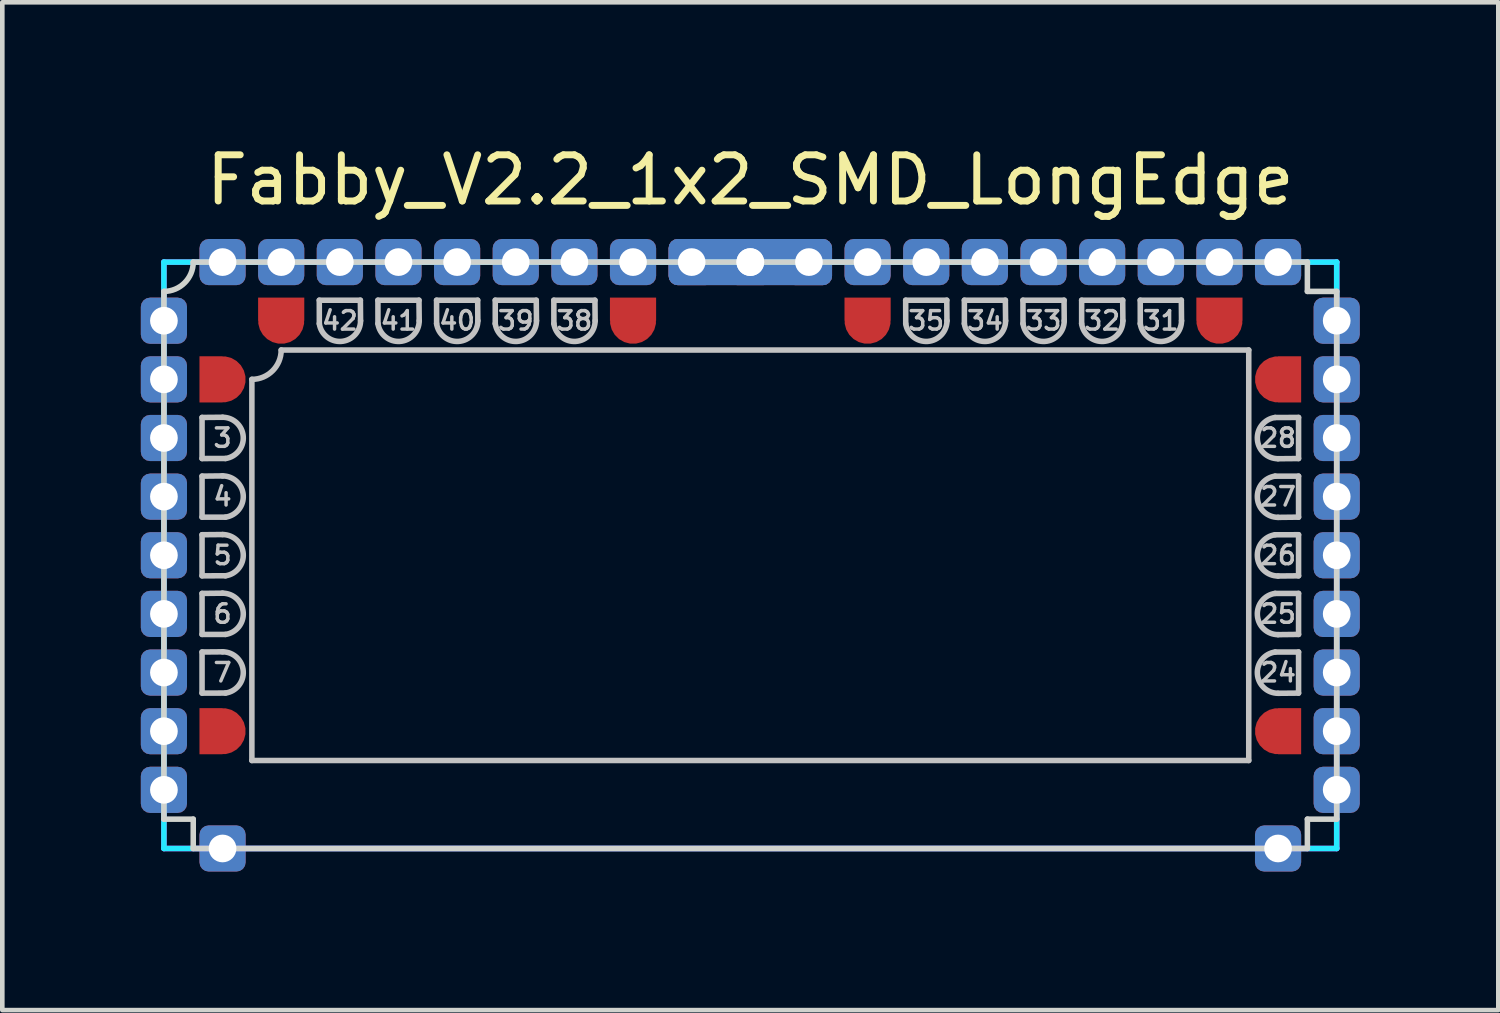
<source format=kicad_pcb>
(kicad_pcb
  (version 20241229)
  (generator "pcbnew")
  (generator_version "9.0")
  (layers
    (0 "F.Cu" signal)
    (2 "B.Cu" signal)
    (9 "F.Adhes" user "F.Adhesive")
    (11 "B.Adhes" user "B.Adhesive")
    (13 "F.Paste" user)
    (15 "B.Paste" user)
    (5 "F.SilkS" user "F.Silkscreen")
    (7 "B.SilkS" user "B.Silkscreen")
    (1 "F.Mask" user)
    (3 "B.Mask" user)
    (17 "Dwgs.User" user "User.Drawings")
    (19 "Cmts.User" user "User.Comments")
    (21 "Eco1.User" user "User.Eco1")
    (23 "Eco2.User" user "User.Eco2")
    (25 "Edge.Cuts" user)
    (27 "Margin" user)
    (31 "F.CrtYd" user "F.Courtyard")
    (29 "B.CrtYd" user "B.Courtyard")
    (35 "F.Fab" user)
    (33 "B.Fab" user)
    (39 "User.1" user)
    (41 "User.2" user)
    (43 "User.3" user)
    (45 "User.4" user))
  (footprint "Fabby_V2.2_1x2_SMD_LongEdge"
    (layer "F.Cu")
    (at 13.2 8.976)
    (property "Reference" "Fabby_V2.2_1x2_SMD_LongEdge" (at 0 -8.128 0) (layer "F.SilkS") (effects (font (size 1 1) (thickness 0.15))))
    (attr through_hole)
    (fp_line (start -11.874 -2.985) (end -11.874 -2.095) (stroke (width 0.12) (type solid)) (layer "Dwgs.User"))
    (fp_line (start -11.874 -2.095) (end -11.367 -2.096) (stroke (width 0.12) (type solid)) (layer "Dwgs.User"))
    (fp_line (start -11.874 -1.714) (end -11.874 -0.826) (stroke (width 0.12) (type solid)) (layer "Dwgs.User"))
    (fp_line (start -11.874 -0.826) (end -11.367 -0.826) (stroke (width 0.12) (type solid)) (layer "Dwgs.User"))
    (fp_line (start -11.874 -0.445) (end -11.874 0.445) (stroke (width 0.12) (type solid)) (layer "Dwgs.User"))
    (fp_line (start -11.874 0.445) (end -11.367 0.444) (stroke (width 0.12) (type solid)) (layer "Dwgs.User"))
    (fp_line (start -11.874 0.826) (end -11.874 1.714) (stroke (width 0.12) (type solid)) (layer "Dwgs.User"))
    (fp_line (start -11.874 1.714) (end -11.367 1.714) (stroke (width 0.12) (type solid)) (layer "Dwgs.User"))
    (fp_line (start -11.874 2.095) (end -11.874 2.985) (stroke (width 0.12) (type solid)) (layer "Dwgs.User"))
    (fp_line (start -11.874 2.985) (end -11.367 2.984) (stroke (width 0.12) (type solid)) (layer "Dwgs.User"))
    (fp_line (start -11.43 -2.989) (end -11.874 -2.985) (stroke (width 0.12) (type solid)) (layer "Dwgs.User"))
    (fp_line (start -11.43 -1.719) (end -11.874 -1.714) (stroke (width 0.12) (type solid)) (layer "Dwgs.User"))
    (fp_line (start -11.43 -0.449) (end -11.874 -0.445) (stroke (width 0.12) (type solid)) (layer "Dwgs.User"))
    (fp_line (start -11.43 0.821) (end -11.874 0.826) (stroke (width 0.12) (type solid)) (layer "Dwgs.User"))
    (fp_line (start -11.43 2.091) (end -11.874 2.095) (stroke (width 0.12) (type solid)) (layer "Dwgs.User"))
    (fp_line (start -10.795 4.445) (end -10.795 -3.81) (stroke (width 0.12) (type solid)) (layer "Dwgs.User"))
    (fp_line (start -10.16 -4.445) (end 10.795 -4.445) (stroke (width 0.12) (type solid)) (layer "Dwgs.User"))
    (fp_line (start -9.335 -5.524) (end -9.334 -5.017) (stroke (width 0.12) (type solid)) (layer "Dwgs.User"))
    (fp_line (start -8.445 -5.524) (end -9.335 -5.524) (stroke (width 0.12) (type solid)) (layer "Dwgs.User"))
    (fp_line (start -8.441 -5.08) (end -8.445 -5.524) (stroke (width 0.12) (type solid)) (layer "Dwgs.User"))
    (fp_line (start -8.065 -5.524) (end -8.064 -5.017) (stroke (width 0.12) (type solid)) (layer "Dwgs.User"))
    (fp_line (start -7.176 -5.524) (end -8.065 -5.524) (stroke (width 0.12) (type solid)) (layer "Dwgs.User"))
    (fp_line (start -7.171 -5.08) (end -7.176 -5.524) (stroke (width 0.12) (type solid)) (layer "Dwgs.User"))
    (fp_line (start -6.795 -5.524) (end -6.794 -5.017) (stroke (width 0.12) (type solid)) (layer "Dwgs.User"))
    (fp_line (start -5.905 -5.524) (end -6.795 -5.524) (stroke (width 0.12) (type solid)) (layer "Dwgs.User"))
    (fp_line (start -5.901 -5.08) (end -5.905 -5.524) (stroke (width 0.12) (type solid)) (layer "Dwgs.User"))
    (fp_line (start -5.524 -5.524) (end -5.524 -5.017) (stroke (width 0.12) (type solid)) (layer "Dwgs.User"))
    (fp_line (start -4.636 -5.524) (end -5.524 -5.524) (stroke (width 0.12) (type solid)) (layer "Dwgs.User"))
    (fp_line (start -4.631 -5.08) (end -4.636 -5.524) (stroke (width 0.12) (type solid)) (layer "Dwgs.User"))
    (fp_line (start -4.255 -5.524) (end -4.254 -5.017) (stroke (width 0.12) (type solid)) (layer "Dwgs.User"))
    (fp_line (start -3.365 -5.524) (end -4.255 -5.524) (stroke (width 0.12) (type solid)) (layer "Dwgs.User"))
    (fp_line (start -3.361 -5.08) (end -3.365 -5.524) (stroke (width 0.12) (type solid)) (layer "Dwgs.User"))
    (fp_line (start 3.365 -5.524) (end 3.366 -5.017) (stroke (width 0.12) (type solid)) (layer "Dwgs.User"))
    (fp_line (start 4.255 -5.524) (end 3.365 -5.524) (stroke (width 0.12) (type solid)) (layer "Dwgs.User"))
    (fp_line (start 4.259 -5.08) (end 4.255 -5.524) (stroke (width 0.12) (type solid)) (layer "Dwgs.User"))
    (fp_line (start 4.636 -5.524) (end 4.636 -5.017) (stroke (width 0.12) (type solid)) (layer "Dwgs.User"))
    (fp_line (start 5.524 -5.524) (end 4.636 -5.524) (stroke (width 0.12) (type solid)) (layer "Dwgs.User"))
    (fp_line (start 5.529 -5.08) (end 5.524 -5.524) (stroke (width 0.12) (type solid)) (layer "Dwgs.User"))
    (fp_line (start 5.905 -5.524) (end 5.906 -5.017) (stroke (width 0.12) (type solid)) (layer "Dwgs.User"))
    (fp_line (start 6.795 -5.524) (end 5.905 -5.524) (stroke (width 0.12) (type solid)) (layer "Dwgs.User"))
    (fp_line (start 6.799 -5.08) (end 6.795 -5.524) (stroke (width 0.12) (type solid)) (layer "Dwgs.User"))
    (fp_line (start 7.176 -5.524) (end 7.176 -5.017) (stroke (width 0.12) (type solid)) (layer "Dwgs.User"))
    (fp_line (start 8.065 -5.524) (end 7.176 -5.524) (stroke (width 0.12) (type solid)) (layer "Dwgs.User"))
    (fp_line (start 8.069 -5.08) (end 8.065 -5.524) (stroke (width 0.12) (type solid)) (layer "Dwgs.User"))
    (fp_line (start 8.445 -5.524) (end 8.446 -5.017) (stroke (width 0.12) (type solid)) (layer "Dwgs.User"))
    (fp_line (start 9.335 -5.524) (end 8.445 -5.524) (stroke (width 0.12) (type solid)) (layer "Dwgs.User"))
    (fp_line (start 9.339 -5.08) (end 9.335 -5.524) (stroke (width 0.12) (type solid)) (layer "Dwgs.User"))
    (fp_line (start 10.795 -4.445) (end 10.795 4.445) (stroke (width 0.12) (type solid)) (layer "Dwgs.User"))
    (fp_line (start 10.795 4.445) (end -10.795 4.445) (stroke (width 0.12) (type solid)) (layer "Dwgs.User"))
    (fp_line (start 11.43 -2.091) (end 11.874 -2.095) (stroke (width 0.12) (type solid)) (layer "Dwgs.User"))
    (fp_line (start 11.43 -0.821) (end 11.874 -0.826) (stroke (width 0.12) (type solid)) (layer "Dwgs.User"))
    (fp_line (start 11.43 0.449) (end 11.874 0.445) (stroke (width 0.12) (type solid)) (layer "Dwgs.User"))
    (fp_line (start 11.43 1.719) (end 11.874 1.714) (stroke (width 0.12) (type solid)) (layer "Dwgs.User"))
    (fp_line (start 11.43 2.989) (end 11.874 2.985) (stroke (width 0.12) (type solid)) (layer "Dwgs.User"))
    (fp_line (start 11.874 -2.985) (end 11.367 -2.984) (stroke (width 0.12) (type solid)) (layer "Dwgs.User"))
    (fp_line (start 11.874 -2.095) (end 11.874 -2.985) (stroke (width 0.12) (type solid)) (layer "Dwgs.User"))
    (fp_line (start 11.874 -1.714) (end 11.367 -1.714) (stroke (width 0.12) (type solid)) (layer "Dwgs.User"))
    (fp_line (start 11.874 -0.826) (end 11.874 -1.714) (stroke (width 0.12) (type solid)) (layer "Dwgs.User"))
    (fp_line (start 11.874 -0.445) (end 11.367 -0.444) (stroke (width 0.12) (type solid)) (layer "Dwgs.User"))
    (fp_line (start 11.874 0.445) (end 11.874 -0.445) (stroke (width 0.12) (type solid)) (layer "Dwgs.User"))
    (fp_line (start 11.874 0.826) (end 11.367 0.826) (stroke (width 0.12) (type solid)) (layer "Dwgs.User"))
    (fp_line (start 11.874 1.714) (end 11.874 0.826) (stroke (width 0.12) (type solid)) (layer "Dwgs.User"))
    (fp_line (start 11.874 2.095) (end 11.367 2.096) (stroke (width 0.12) (type solid)) (layer "Dwgs.User"))
    (fp_line (start 11.874 2.985) (end 11.874 2.095) (stroke (width 0.12) (type solid)) (layer "Dwgs.User"))
    (fp_arc (start -11.429999 -2.989012) (mid -10.982118 -2.571829) (end -11.366501 -2.095501) (stroke (width 0.12) (type solid)) (layer "Dwgs.User"))
    (fp_arc (start -11.429999 -1.719012) (mid -10.982118 -1.301829) (end -11.366501 -0.825501) (stroke (width 0.12) (type solid)) (layer "Dwgs.User"))
    (fp_arc (start -11.429999 -0.449012) (mid -10.982118 -0.031829) (end -11.366501 0.444499) (stroke (width 0.12) (type solid)) (layer "Dwgs.User"))
    (fp_arc (start -11.429999 0.820988) (mid -10.982118 1.238171) (end -11.366501 1.714499) (stroke (width 0.12) (type solid)) (layer "Dwgs.User"))
    (fp_arc (start -11.429999 2.090988) (mid -10.982118 2.508171) (end -11.366501 2.984499) (stroke (width 0.12) (type solid)) (layer "Dwgs.User"))
    (fp_arc (start -10.16 -4.445) (mid -10.345987 -3.995987) (end -10.795 -3.81) (stroke (width 0.12) (type solid)) (layer "Dwgs.User"))
    (fp_arc (start -8.440988 -5.079999) (mid -8.858171 -4.632118) (end -9.334499 -5.016501) (stroke (width 0.12) (type solid)) (layer "Dwgs.User"))
    (fp_arc (start -7.170988 -5.079999) (mid -7.588171 -4.632118) (end -8.064499 -5.016501) (stroke (width 0.12) (type solid)) (layer "Dwgs.User"))
    (fp_arc (start -5.900988 -5.079999) (mid -6.318171 -4.632118) (end -6.794499 -5.016501) (stroke (width 0.12) (type solid)) (layer "Dwgs.User"))
    (fp_arc (start -4.630988 -5.079999) (mid -5.048171 -4.632118) (end -5.524499 -5.016501) (stroke (width 0.12) (type solid)) (layer "Dwgs.User"))
    (fp_arc (start -3.360988 -5.079999) (mid -3.778171 -4.632118) (end -4.254499 -5.016501) (stroke (width 0.12) (type solid)) (layer "Dwgs.User"))
    (fp_arc (start 4.259012 -5.079999) (mid 3.841829 -4.632118) (end 3.365501 -5.016501) (stroke (width 0.12) (type solid)) (layer "Dwgs.User"))
    (fp_arc (start 5.529012 -5.079999) (mid 5.111829 -4.632118) (end 4.635501 -5.016501) (stroke (width 0.12) (type solid)) (layer "Dwgs.User"))
    (fp_arc (start 6.799012 -5.079999) (mid 6.381829 -4.632118) (end 5.905501 -5.016501) (stroke (width 0.12) (type solid)) (layer "Dwgs.User"))
    (fp_arc (start 8.069012 -5.079999) (mid 7.651829 -4.632118) (end 7.175501 -5.016501) (stroke (width 0.12) (type solid)) (layer "Dwgs.User"))
    (fp_arc (start 9.339012 -5.079999) (mid 8.921829 -4.632118) (end 8.445501 -5.016501) (stroke (width 0.12) (type solid)) (layer "Dwgs.User"))
    (fp_arc (start 11.429999 -2.090988) (mid 10.982118 -2.508171) (end 11.366501 -2.984499) (stroke (width 0.12) (type solid)) (layer "Dwgs.User"))
    (fp_arc (start 11.429999 -0.820988) (mid 10.982118 -1.238171) (end 11.366501 -1.714499) (stroke (width 0.12) (type solid)) (layer "Dwgs.User"))
    (fp_arc (start 11.429999 0.449012) (mid 10.982118 0.031829) (end 11.366501 -0.444499) (stroke (width 0.12) (type solid)) (layer "Dwgs.User"))
    (fp_arc (start 11.429999 1.719012) (mid 10.982118 1.301829) (end 11.366501 0.825501) (stroke (width 0.12) (type solid)) (layer "Dwgs.User"))
    (fp_arc (start 11.429999 2.989012) (mid 10.982118 2.571829) (end 11.366501 2.095501) (stroke (width 0.12) (type solid)) (layer "Dwgs.User"))
    (fp_line (start -12.7 -5.715) (end -12.7 5.715) (stroke (width 0.12) (type solid)) (layer "Edge.Cuts"))
    (fp_line (start -12.7 5.715) (end -12.065 5.715) (stroke (width 0.12) (type solid)) (layer "Edge.Cuts"))
    (fp_line (start -12.065 -6.35) (end 12.065 -6.35) (stroke (width 0.12) (type solid)) (layer "Edge.Cuts"))
    (fp_line (start -12.065 5.715) (end -12.065 6.35) (stroke (width 0.12) (type solid)) (layer "Edge.Cuts"))
    (fp_line (start -12.065 6.35) (end 12.065 6.35) (stroke (width 0.12) (type solid)) (layer "Edge.Cuts"))
    (fp_line (start 12.065 -6.35) (end 12.065 -5.715) (stroke (width 0.12) (type solid)) (layer "Edge.Cuts"))
    (fp_line (start 12.065 -5.715) (end 12.7 -5.715) (stroke (width 0.12) (type solid)) (layer "Edge.Cuts"))
    (fp_line (start 12.065 6.35) (end 12.065 5.715) (stroke (width 0.12) (type solid)) (layer "Edge.Cuts"))
    (fp_line (start 12.7 -5.715) (end 12.7 5.715) (stroke (width 0.12) (type solid)) (layer "Edge.Cuts"))
    (fp_line (start 12.7 5.715) (end 12.065 5.715) (stroke (width 0.12) (type solid)) (layer "Edge.Cuts"))
    (fp_arc (start -12.065 -6.35) (mid -12.250987 -5.900987) (end -12.7 -5.715) (stroke (width 0.12) (type solid)) (layer "Edge.Cuts"))
    (fp_line (start -12.7 -6.35) (end 12.7 -6.35) (stroke (width 0.12) (type solid)) (layer "B.CrtYd"))
    (fp_line (start -12.7 6.35) (end -12.7 -6.35) (stroke (width 0.12) (type solid)) (layer "B.CrtYd"))
    (fp_line (start 12.7 -6.35) (end 12.7 6.35) (stroke (width 0.12) (type solid)) (layer "B.CrtYd"))
    (fp_line (start 12.7 6.35) (end -12.7 6.35) (stroke (width 0.12) (type solid)) (layer "B.CrtYd"))
    (fp_line (start -12.7 -6.35) (end 12.7 -6.35) (stroke (width 0.12) (type solid)) (layer "F.CrtYd"))
    (fp_line (start -12.7 6.35) (end -12.7 -6.35) (stroke (width 0.12) (type solid)) (layer "F.CrtYd"))
    (fp_line (start 12.7 -6.35) (end 12.7 6.35) (stroke (width 0.12) (type solid)) (layer "F.CrtYd"))
    (fp_line (start 12.7 6.35) (end -12.7 6.35) (stroke (width 0.12) (type solid)) (layer "F.CrtYd"))
    (fp_text user "25" (at 11.43 1.27 0) (layer "Dwgs.User") (effects (font (size 0.4 0.4) (thickness 0.075))))
    (fp_text user "27" (at 11.43 -1.27 0) (layer "Dwgs.User") (effects (font (size 0.4 0.4) (thickness 0.075))))
    (fp_text user "28" (at 11.43 -2.54 0) (layer "Dwgs.User") (effects (font (size 0.4 0.4) (thickness 0.075))))
    (fp_text user "5" (at -11.43 0 0) (layer "Dwgs.User") (effects (font (size 0.4 0.4) (thickness 0.075))))
    (fp_text user "42" (at -8.89 -5.08 0) (layer "Dwgs.User") (effects (font (size 0.4 0.4) (thickness 0.075))))
    (fp_text user "3" (at -11.43 -2.54 0) (layer "Dwgs.User") (effects (font (size 0.4 0.4) (thickness 0.075))))
    (fp_text user "38" (at -3.81 -5.08 0) (layer "Dwgs.User") (effects (font (size 0.4 0.4) (thickness 0.075))))
    (fp_text user "40" (at -6.35 -5.08 0) (layer "Dwgs.User") (effects (font (size 0.4 0.4) (thickness 0.075))))
    (fp_text user "34" (at 5.08 -5.08 0) (layer "Dwgs.User") (effects (font (size 0.4 0.4) (thickness 0.075))))
    (fp_text user "24" (at 11.43 2.54 0) (layer "Dwgs.User") (effects (font (size 0.4 0.4) (thickness 0.075))))
    (fp_text user "4" (at -11.43 -1.27 0) (layer "Dwgs.User") (effects (font (size 0.4 0.4) (thickness 0.075))))
    (fp_text user "32" (at 7.62 -5.08 0) (layer "Dwgs.User") (effects (font (size 0.4 0.4) (thickness 0.075))))
    (fp_text user "39" (at -5.08 -5.08 0) (layer "Dwgs.User") (effects (font (size 0.4 0.4) (thickness 0.075))))
    (fp_text user "31" (at 8.89 -5.08 0) (layer "Dwgs.User") (effects (font (size 0.4 0.4) (thickness 0.075))))
    (fp_text user "41" (at -7.62 -5.08 0) (layer "Dwgs.User") (effects (font (size 0.4 0.4) (thickness 0.075))))
    (fp_text user "26" (at 11.43 0 0) (layer "Dwgs.User") (effects (font (size 0.4 0.4) (thickness 0.075))))
    (fp_text user "6" (at -11.43 1.27 0) (layer "Dwgs.User") (effects (font (size 0.4 0.4) (thickness 0.075))))
    (fp_text user "7" (at -11.43 2.54 0) (layer "Dwgs.User") (effects (font (size 0.4 0.4) (thickness 0.075))))
    (fp_text user "35" (at 3.81 -5.08 0) (layer "Dwgs.User") (effects (font (size 0.4 0.4) (thickness 0.075))))
    (fp_text user "33" (at 6.35 -5.08 0) (layer "Dwgs.User") (effects (font (size 0.4 0.4) (thickness 0.075))))
    (pad "" thru_hole roundrect (at -12.7 -3.81 270) (size 1 1) (drill 0.6) (layers "*.Cu" "*.Mask") (roundrect_rratio 0.2))
    (pad "" thru_hole roundrect (at -12.7 3.81 270) (size 1 1) (drill 0.6) (layers "*.Cu" "*.Mask") (roundrect_rratio 0.2))
    (pad "" thru_hole roundrect (at -10.16 -6.35 270) (size 1 1) (drill 0.6) (layers "*.Cu" "*.Mask") (roundrect_rratio 0.2))
    (pad "" thru_hole roundrect (at -2.54 -6.35 270) (size 1 1) (drill 0.6) (layers "*.Cu" "*.Mask") (roundrect_rratio 0.2))
    (pad "" thru_hole roundrect (at 2.54 -6.35 270) (size 1 1) (drill 0.6) (layers "*.Cu" "*.Mask") (roundrect_rratio 0.2))
    (pad "" thru_hole roundrect (at 10.16 -6.35 270) (size 1 1) (drill 0.6) (layers "*.Cu" "*.Mask") (roundrect_rratio 0.2))
    (pad "" thru_hole roundrect (at 12.7 -3.81 270) (size 1 1) (drill 0.6) (layers "*.Cu" "*.Mask") (roundrect_rratio 0.2))
    (pad "" thru_hole roundrect (at 12.7 3.81 270) (size 1 1) (drill 0.6) (layers "*.Cu" "*.Mask") (roundrect_rratio 0.2))
    (pad "1" thru_hole roundrect (at -12.7 -5.08 270) (size 1 1) (drill 0.6) (layers "*.Cu" "*.Mask") (roundrect_rratio 0.2))
    (pad "1" thru_hole roundrect (at -12.7 5.08 270) (size 1 1) (drill 0.6) (layers "*.Cu" "*.Mask") (roundrect_rratio 0.2))
    (pad "1" thru_hole roundrect (at -11.43 -6.35 180) (size 1 1) (drill 0.6) (layers "*.Cu" "*.Mask") (roundrect_rratio 0.2))
    (pad "1" thru_hole roundrect (at -11.43 6.35) (size 1 1) (drill 0.6) (layers "*.Cu" "*.Mask") (roundrect_rratio 0.2))
    (pad "1" thru_hole roundrect (at -1.27 -6.35) (size 1 1) (drill 0.6) (layers "*.Cu" "*.Mask") (roundrect_rratio 0.2))
    (pad "1" thru_hole roundrect (at 0 -6.35 270) (size 1 2.254) (drill 0.6 (offset 0 -0.643)) (layers "*.Cu" "*.Mask") (roundrect_rratio 0.2))
    (pad "1" thru_hole roundrect (at 0 -6.35 90) (size 1 2.254) (drill 0.6 (offset 0 -0.643)) (layers "*.Cu" "*.Mask") (roundrect_rratio 0.2))
    (pad "1" thru_hole roundrect (at 1.27 -6.35) (size 1 1) (drill 0.6) (layers "*.Cu" "*.Mask") (roundrect_rratio 0.2))
    (pad "1" thru_hole roundrect (at 11.43 -6.35 180) (size 1 1) (drill 0.6) (layers "*.Cu" "*.Mask") (roundrect_rratio 0.2))
    (pad "1" thru_hole roundrect (at 11.43 6.35) (size 1 1) (drill 0.6) (layers "*.Cu" "*.Mask") (roundrect_rratio 0.2))
    (pad "1" thru_hole roundrect (at 12.7 -5.08 90) (size 1 1) (drill 0.6) (layers "*.Cu" "*.Mask") (roundrect_rratio 0.2))
    (pad "1" thru_hole roundrect (at 12.7 5.08 90) (size 1 1) (drill 0.6) (layers "*.Cu" "*.Mask") (roundrect_rratio 0.2))
    (pad "2" smd custom (at -11.43 -3.81) (size 1 1) (layers "F.Cu" "F.Mask" "F.Paste") (options (anchor circle)) (primitives (gr_poly (pts (xy -0.5 -0.5) (xy 0 -0.5) (xy 0 0.5) (xy -0.5 0.5)) (width 0) (fill yes))))
    (pad "3" thru_hole roundrect (at -12.7 -2.54 270) (size 1 1) (drill 0.6) (layers "*.Cu" "*.Mask") (roundrect_rratio 0.2))
    (pad "4" thru_hole roundrect (at -12.7 -1.27 270) (size 1 1) (drill 0.6) (layers "*.Cu" "*.Mask") (roundrect_rratio 0.2))
    (pad "5" thru_hole roundrect (at -12.7 0 270) (size 1 1) (drill 0.6) (layers "*.Cu" "*.Mask") (roundrect_rratio 0.2))
    (pad "6" thru_hole roundrect (at -12.7 1.27 270) (size 1 1) (drill 0.6) (layers "*.Cu" "*.Mask") (roundrect_rratio 0.2))
    (pad "7" thru_hole roundrect (at -12.7 2.54 270) (size 1 1) (drill 0.6) (layers "*.Cu" "*.Mask") (roundrect_rratio 0.2))
    (pad "8" smd custom (at -11.43 3.81) (size 1 1) (layers "F.Cu" "F.Mask" "F.Paste") (options (anchor circle)) (primitives (gr_poly (pts (xy -0.5 -0.5) (xy 0 -0.5) (xy 0 0.5) (xy -0.5 0.5)) (width 0) (fill yes))))
    (pad "23" smd custom (at 11.43 3.81 180) (size 1 1) (layers "F.Cu" "F.Mask" "F.Paste") (options (anchor circle)) (primitives (gr_poly (pts (xy -0.5 -0.5) (xy 0 -0.5) (xy 0 0.5) (xy -0.5 0.5)) (width 0) (fill yes))))
    (pad "24" thru_hole roundrect (at 12.7 2.54 90) (size 1 1) (drill 0.6) (layers "*.Cu" "*.Mask") (roundrect_rratio 0.2))
    (pad "25" thru_hole roundrect (at 12.7 1.27 90) (size 1 1) (drill 0.6) (layers "*.Cu" "*.Mask") (roundrect_rratio 0.2))
    (pad "26" thru_hole roundrect (at 12.7 0 90) (size 1 1) (drill 0.6) (layers "*.Cu" "*.Mask") (roundrect_rratio 0.2))
    (pad "27" thru_hole roundrect (at 12.7 -1.27 90) (size 1 1) (drill 0.6) (layers "*.Cu" "*.Mask") (roundrect_rratio 0.2))
    (pad "28" thru_hole roundrect (at 12.7 -2.54 270) (size 1 1) (drill 0.6) (layers "*.Cu" "*.Mask") (roundrect_rratio 0.2))
    (pad "29" smd custom (at 11.43 -3.81 180) (size 1 1) (layers "F.Cu" "F.Mask" "F.Paste") (options (anchor circle)) (primitives (gr_poly (pts (xy -0.5 -0.5) (xy 0 -0.5) (xy 0 0.5) (xy -0.5 0.5)) (width 0) (fill yes))))
    (pad "30" smd custom (at 10.16 -5.08 270) (size 1 1) (layers "F.Cu" "F.Mask" "F.Paste") (options (anchor circle)) (primitives (gr_poly (pts (xy -0.5 -0.5) (xy 0 -0.5) (xy 0 0.5) (xy -0.5 0.5)) (width 0) (fill yes))))
    (pad "31" thru_hole roundrect (at 8.89 -6.35 270) (size 1 1) (drill 0.6) (layers "*.Cu" "*.Mask") (roundrect_rratio 0.2))
    (pad "32" thru_hole roundrect (at 7.62 -6.35 270) (size 1 1) (drill 0.6) (layers "*.Cu" "*.Mask") (roundrect_rratio 0.2))
    (pad "33" thru_hole roundrect (at 6.35 -6.35 270) (size 1 1) (drill 0.6) (layers "*.Cu" "*.Mask") (roundrect_rratio 0.2))
    (pad "34" thru_hole roundrect (at 5.08 -6.35 270) (size 1 1) (drill 0.6) (layers "*.Cu" "*.Mask") (roundrect_rratio 0.2))
    (pad "35" thru_hole roundrect (at 3.81 -6.35 270) (size 1 1) (drill 0.6) (layers "*.Cu" "*.Mask") (roundrect_rratio 0.2))
    (pad "36" smd custom (at 2.54 -5.08 270) (size 1 1) (layers "F.Cu" "F.Mask" "F.Paste") (options (anchor circle)) (primitives (gr_poly (pts (xy -0.5 -0.5) (xy 0 -0.5) (xy 0 0.5) (xy -0.5 0.5)) (width 0) (fill yes))))
    (pad "37" smd custom (at -2.54 -5.08 270) (size 1 1) (layers "F.Cu" "F.Mask" "F.Paste") (options (anchor circle)) (primitives (gr_poly (pts (xy -0.5 -0.5) (xy 0 -0.5) (xy 0 0.5) (xy -0.5 0.5)) (width 0) (fill yes))))
    (pad "38" thru_hole roundrect (at -3.81 -6.35 270) (size 1 1) (drill 0.6) (layers "*.Cu" "*.Mask") (roundrect_rratio 0.2))
    (pad "39" thru_hole roundrect (at -5.08 -6.35 270) (size 1 1) (drill 0.6) (layers "*.Cu" "*.Mask") (roundrect_rratio 0.2))
    (pad "40" thru_hole roundrect (at -6.35 -6.35 270) (size 1 1) (drill 0.6) (layers "*.Cu" "*.Mask") (roundrect_rratio 0.2))
    (pad "41" thru_hole roundrect (at -7.62 -6.35 270) (size 1 1) (drill 0.6) (layers "*.Cu" "*.Mask") (roundrect_rratio 0.2))
    (pad "42" thru_hole roundrect (at -8.89 -6.35 270) (size 1 1) (drill 0.6) (layers "*.Cu" "*.Mask") (roundrect_rratio 0.2))
    (pad "43" smd custom (at -10.16 -5.08 270) (size 1 1) (layers "F.Cu" "F.Mask" "F.Paste") (options (anchor circle)) (primitives (gr_poly (pts (xy -0.5 -0.5) (xy 0 -0.5) (xy 0 0.5) (xy -0.5 0.5)) (width 0) (fill yes)))))
  (gr_rect
    (start -3 -3)
    (end 29.4 18.826)
    (stroke (width 0.1) (type default))
    (fill no)
    (layer "Edge.Cuts")))
</source>
